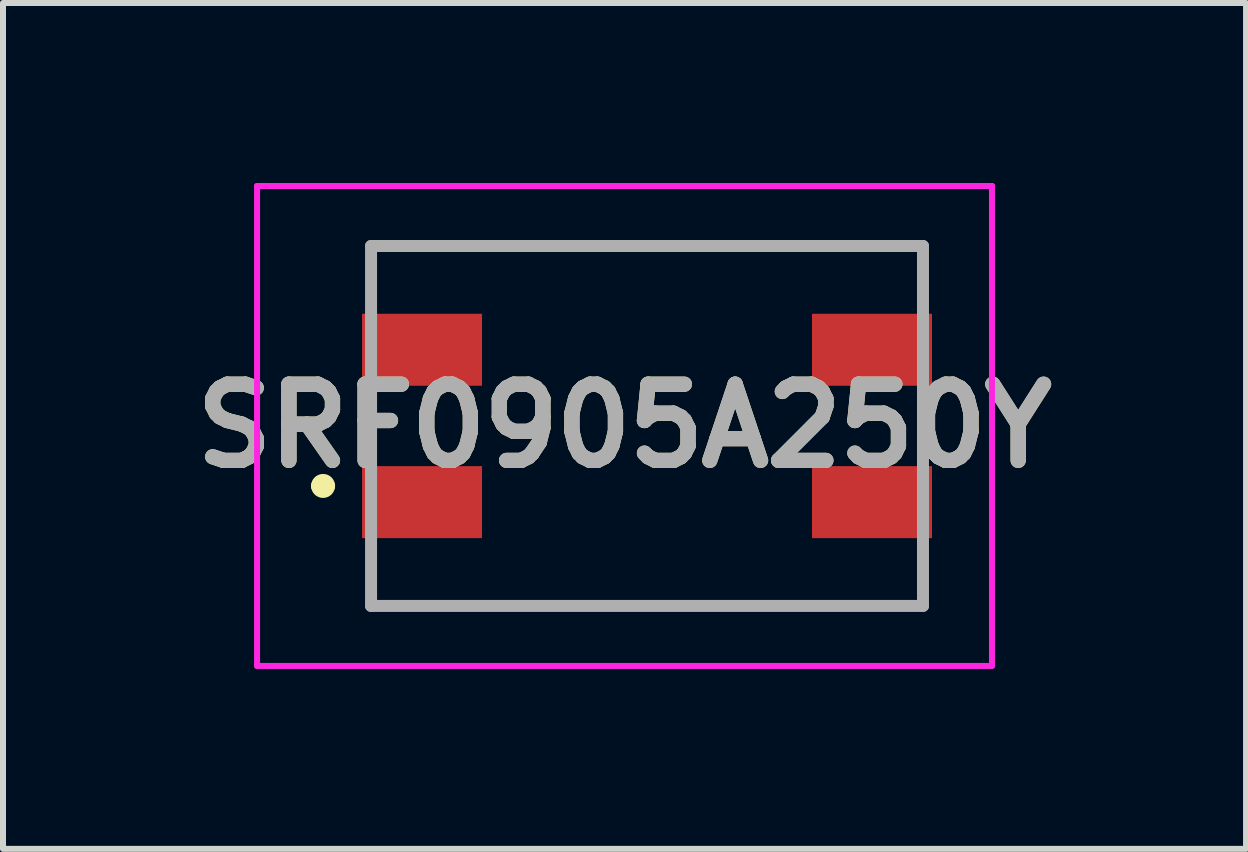
<source format=kicad_pcb>
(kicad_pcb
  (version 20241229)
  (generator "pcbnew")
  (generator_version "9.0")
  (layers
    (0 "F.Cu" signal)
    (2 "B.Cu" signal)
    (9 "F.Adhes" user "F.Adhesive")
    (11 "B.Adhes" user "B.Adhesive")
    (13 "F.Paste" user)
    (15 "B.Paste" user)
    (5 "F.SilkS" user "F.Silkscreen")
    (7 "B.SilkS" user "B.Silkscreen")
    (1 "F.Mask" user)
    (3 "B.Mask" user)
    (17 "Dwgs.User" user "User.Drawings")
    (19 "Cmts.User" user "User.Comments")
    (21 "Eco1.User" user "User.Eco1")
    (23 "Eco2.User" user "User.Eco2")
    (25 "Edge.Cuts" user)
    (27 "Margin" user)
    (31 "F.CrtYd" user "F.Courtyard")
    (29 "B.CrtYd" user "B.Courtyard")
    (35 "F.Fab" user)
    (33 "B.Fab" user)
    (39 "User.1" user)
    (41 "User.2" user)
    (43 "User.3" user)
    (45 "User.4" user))
  (footprint "SRF0905A250Y"
    (layer "F.Cu")
    (at 7.735 4.05)
    (property "Reference" "SRF0905A250Y" (at -0.375 0 0) (layer "F.SilkS") (effects (font (size 1.27 1.27) (thickness 0.254))))
    (attr smd)
    (fp_line (start -5.5 1) (end -5.5 1) (stroke (width 0.2) (type solid)) (layer "F.SilkS"))
    (fp_line (start -5.3 1) (end -5.3 1) (stroke (width 0.2) (type solid)) (layer "F.SilkS"))
    (fp_line (start -4.6 3) (end 4.6 3) (stroke (width 0.1) (type solid)) (layer "F.SilkS"))
    (fp_line (start -4.5 -3) (end 4.5 -3) (stroke (width 0.1) (type solid)) (layer "F.SilkS"))
    (fp_arc (start -5.5 1) (mid -5.4 0.9) (end -5.3 1) (stroke (width 0.2) (type solid)) (layer "F.SilkS"))
    (fp_arc (start -5.3 1) (mid -5.4 1.1) (end -5.5 1) (stroke (width 0.2) (type solid)) (layer "F.SilkS"))
    (fp_line (start -6.5 -4) (end 5.75 -4) (stroke (width 0.1) (type solid)) (layer "F.CrtYd"))
    (fp_line (start -6.5 4) (end -6.5 -4) (stroke (width 0.1) (type solid)) (layer "F.CrtYd"))
    (fp_line (start 5.75 -4) (end 5.75 4) (stroke (width 0.1) (type solid)) (layer "F.CrtYd"))
    (fp_line (start 5.75 4) (end -6.5 4) (stroke (width 0.1) (type solid)) (layer "F.CrtYd"))
    (fp_line (start -4.6 -3) (end 4.6 -3) (stroke (width 0.2) (type solid)) (layer "F.Fab"))
    (fp_line (start -4.6 3) (end -4.6 -3) (stroke (width 0.2) (type solid)) (layer "F.Fab"))
    (fp_line (start 4.6 -3) (end 4.6 3) (stroke (width 0.2) (type solid)) (layer "F.Fab"))
    (fp_line (start 4.6 3) (end -4.6 3) (stroke (width 0.2) (type solid)) (layer "F.Fab"))
    (fp_text user "${REFERENCE}" (at -0.375 0 0) (layer "F.Fab") (effects (font (size 1.27 1.27) (thickness 0.254))))
    (pad "1" smd rect (at -3.75 1.27 90) (size 1.2 2) (layers "F.Cu" "F.Mask" "F.Paste"))
    (pad "2" smd rect (at -3.75 -1.27 90) (size 1.2 2) (layers "F.Cu" "F.Mask" "F.Paste"))
    (pad "3" smd rect (at 3.75 -1.27 90) (size 1.2 2) (layers "F.Cu" "F.Mask" "F.Paste"))
    (pad "4" smd rect (at 3.75 1.27 90) (size 1.2 2) (layers "F.Cu" "F.Mask" "F.Paste")))
  (gr_rect
    (start -3 -3)
    (end 17.72 11.1)
    (stroke (width 0.1) (type default))
    (fill no)
    (layer "Edge.Cuts")))
</source>
